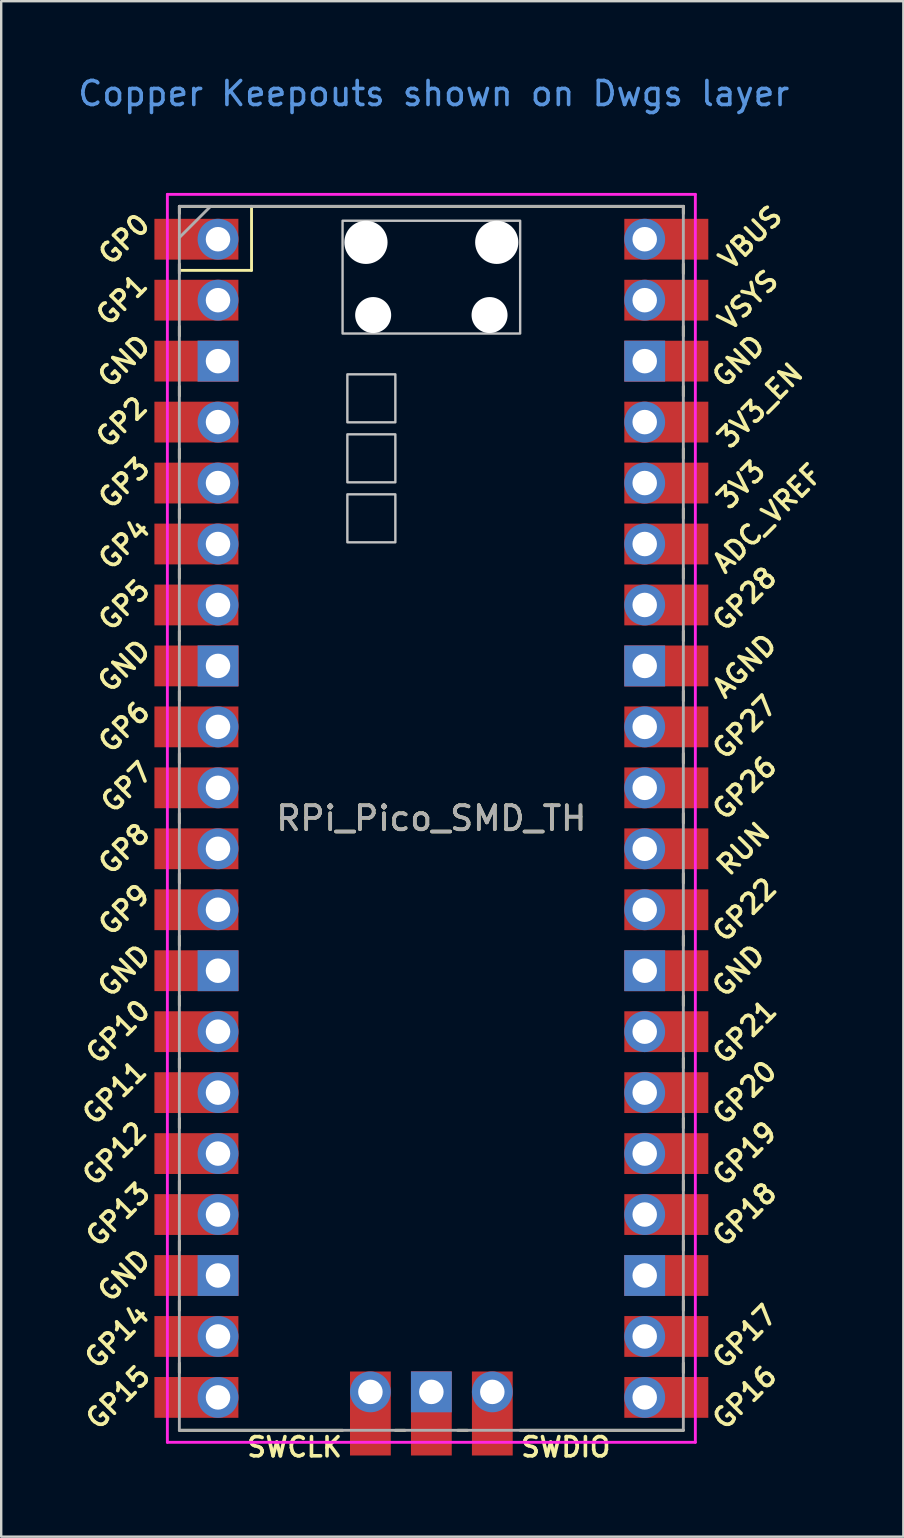
<source format=kicad_pcb>
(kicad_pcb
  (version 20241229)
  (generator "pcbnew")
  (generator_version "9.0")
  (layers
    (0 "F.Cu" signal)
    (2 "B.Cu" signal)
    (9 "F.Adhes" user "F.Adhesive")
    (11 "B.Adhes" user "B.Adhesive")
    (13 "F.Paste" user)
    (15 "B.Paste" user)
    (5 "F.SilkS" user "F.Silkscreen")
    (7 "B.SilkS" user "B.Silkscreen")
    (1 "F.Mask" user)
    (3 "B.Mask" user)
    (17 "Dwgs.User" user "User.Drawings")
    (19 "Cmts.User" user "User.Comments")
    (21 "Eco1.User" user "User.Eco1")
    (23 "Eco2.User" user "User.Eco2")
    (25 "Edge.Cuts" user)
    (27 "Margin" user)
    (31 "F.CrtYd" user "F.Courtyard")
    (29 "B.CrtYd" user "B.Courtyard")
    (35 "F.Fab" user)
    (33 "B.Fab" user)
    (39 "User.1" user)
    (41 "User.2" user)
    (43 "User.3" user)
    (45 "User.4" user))
  (footprint "RPi_Pico_SMD_TH"
    (layer "F.Cu")
    (at 14.924 31.048)
    (property "Reference" "RPi_Pico_SMD_TH" (at 0 0 0) (layer "F.SilkS") (effects (font (size 1 1) (thickness 0.15))))
    (attr through_hole)
    (fp_line (start -10.5 -25.5) (end -10.5 -25.2) (stroke (width 0.12) (type solid)) (layer "F.SilkS"))
    (fp_line (start -10.5 -25.5) (end 10.5 -25.5) (stroke (width 0.12) (type solid)) (layer "F.SilkS"))
    (fp_line (start -10.5 -23.1) (end -10.5 -22.7) (stroke (width 0.12) (type solid)) (layer "F.SilkS"))
    (fp_line (start -10.5 -22.833) (end -7.493 -22.833) (stroke (width 0.12) (type solid)) (layer "F.SilkS"))
    (fp_line (start -10.5 -20.5) (end -10.5 -20.1) (stroke (width 0.12) (type solid)) (layer "F.SilkS"))
    (fp_line (start -10.5 -18) (end -10.5 -17.6) (stroke (width 0.12) (type solid)) (layer "F.SilkS"))
    (fp_line (start -10.5 -15.4) (end -10.5 -15) (stroke (width 0.12) (type solid)) (layer "F.SilkS"))
    (fp_line (start -10.5 -12.9) (end -10.5 -12.5) (stroke (width 0.12) (type solid)) (layer "F.SilkS"))
    (fp_line (start -10.5 -10.4) (end -10.5 -10) (stroke (width 0.12) (type solid)) (layer "F.SilkS"))
    (fp_line (start -10.5 -7.8) (end -10.5 -7.4) (stroke (width 0.12) (type solid)) (layer "F.SilkS"))
    (fp_line (start -10.5 -5.3) (end -10.5 -4.9) (stroke (width 0.12) (type solid)) (layer "F.SilkS"))
    (fp_line (start -10.5 -2.7) (end -10.5 -2.3) (stroke (width 0.12) (type solid)) (layer "F.SilkS"))
    (fp_line (start -10.5 -0.2) (end -10.5 0.2) (stroke (width 0.12) (type solid)) (layer "F.SilkS"))
    (fp_line (start -10.5 2.3) (end -10.5 2.7) (stroke (width 0.12) (type solid)) (layer "F.SilkS"))
    (fp_line (start -10.5 4.9) (end -10.5 5.3) (stroke (width 0.12) (type solid)) (layer "F.SilkS"))
    (fp_line (start -10.5 7.4) (end -10.5 7.8) (stroke (width 0.12) (type solid)) (layer "F.SilkS"))
    (fp_line (start -10.5 10) (end -10.5 10.4) (stroke (width 0.12) (type solid)) (layer "F.SilkS"))
    (fp_line (start -10.5 12.5) (end -10.5 12.9) (stroke (width 0.12) (type solid)) (layer "F.SilkS"))
    (fp_line (start -10.5 15.1) (end -10.5 15.5) (stroke (width 0.12) (type solid)) (layer "F.SilkS"))
    (fp_line (start -10.5 17.6) (end -10.5 18) (stroke (width 0.12) (type solid)) (layer "F.SilkS"))
    (fp_line (start -10.5 20.1) (end -10.5 20.5) (stroke (width 0.12) (type solid)) (layer "F.SilkS"))
    (fp_line (start -10.5 22.7) (end -10.5 23.1) (stroke (width 0.12) (type solid)) (layer "F.SilkS"))
    (fp_line (start -7.493 -22.833) (end -7.493 -25.5) (stroke (width 0.12) (type solid)) (layer "F.SilkS"))
    (fp_line (start -3.7 25.5) (end -10.5 25.5) (stroke (width 0.12) (type solid)) (layer "F.SilkS"))
    (fp_line (start -1.5 25.5) (end -1.1 25.5) (stroke (width 0.12) (type solid)) (layer "F.SilkS"))
    (fp_line (start 1.1 25.5) (end 1.5 25.5) (stroke (width 0.12) (type solid)) (layer "F.SilkS"))
    (fp_line (start 10.5 -25.5) (end 10.5 -25.2) (stroke (width 0.12) (type solid)) (layer "F.SilkS"))
    (fp_line (start 10.5 -23.1) (end 10.5 -22.7) (stroke (width 0.12) (type solid)) (layer "F.SilkS"))
    (fp_line (start 10.5 -20.5) (end 10.5 -20.1) (stroke (width 0.12) (type solid)) (layer "F.SilkS"))
    (fp_line (start 10.5 -18) (end 10.5 -17.6) (stroke (width 0.12) (type solid)) (layer "F.SilkS"))
    (fp_line (start 10.5 -15.4) (end 10.5 -15) (stroke (width 0.12) (type solid)) (layer "F.SilkS"))
    (fp_line (start 10.5 -12.9) (end 10.5 -12.5) (stroke (width 0.12) (type solid)) (layer "F.SilkS"))
    (fp_line (start 10.5 -10.4) (end 10.5 -10) (stroke (width 0.12) (type solid)) (layer "F.SilkS"))
    (fp_line (start 10.5 -7.8) (end 10.5 -7.4) (stroke (width 0.12) (type solid)) (layer "F.SilkS"))
    (fp_line (start 10.5 -5.3) (end 10.5 -4.9) (stroke (width 0.12) (type solid)) (layer "F.SilkS"))
    (fp_line (start 10.5 -2.7) (end 10.5 -2.3) (stroke (width 0.12) (type solid)) (layer "F.SilkS"))
    (fp_line (start 10.5 -0.2) (end 10.5 0.2) (stroke (width 0.12) (type solid)) (layer "F.SilkS"))
    (fp_line (start 10.5 2.3) (end 10.5 2.7) (stroke (width 0.12) (type solid)) (layer "F.SilkS"))
    (fp_line (start 10.5 4.9) (end 10.5 5.3) (stroke (width 0.12) (type solid)) (layer "F.SilkS"))
    (fp_line (start 10.5 7.4) (end 10.5 7.8) (stroke (width 0.12) (type solid)) (layer "F.SilkS"))
    (fp_line (start 10.5 10) (end 10.5 10.4) (stroke (width 0.12) (type solid)) (layer "F.SilkS"))
    (fp_line (start 10.5 12.5) (end 10.5 12.9) (stroke (width 0.12) (type solid)) (layer "F.SilkS"))
    (fp_line (start 10.5 15.1) (end 10.5 15.5) (stroke (width 0.12) (type solid)) (layer "F.SilkS"))
    (fp_line (start 10.5 17.6) (end 10.5 18) (stroke (width 0.12) (type solid)) (layer "F.SilkS"))
    (fp_line (start 10.5 20.1) (end 10.5 20.5) (stroke (width 0.12) (type solid)) (layer "F.SilkS"))
    (fp_line (start 10.5 22.7) (end 10.5 23.1) (stroke (width 0.12) (type solid)) (layer "F.SilkS"))
    (fp_line (start 10.5 25.5) (end 3.7 25.5) (stroke (width 0.12) (type solid)) (layer "F.SilkS"))
    (fp_poly (pts (xy -1.5 -16.5) (xy -3.5 -16.5) (xy -3.5 -18.5) (xy -1.5 -18.5)) (stroke (width 0.1) (type solid)) (fill no) (layer "Dwgs.User"))
    (fp_poly (pts (xy -1.5 -14) (xy -3.5 -14) (xy -3.5 -16) (xy -1.5 -16)) (stroke (width 0.1) (type solid)) (fill no) (layer "Dwgs.User"))
    (fp_poly (pts (xy -1.5 -11.5) (xy -3.5 -11.5) (xy -3.5 -13.5) (xy -1.5 -13.5)) (stroke (width 0.1) (type solid)) (fill no) (layer "Dwgs.User"))
    (fp_poly (pts (xy 3.7 -20.2) (xy -3.7 -20.2) (xy -3.7 -24.9) (xy 3.7 -24.9)) (stroke (width 0.1) (type solid)) (fill no) (layer "Dwgs.User"))
    (fp_line (start -11 -26) (end 11 -26) (stroke (width 0.12) (type solid)) (layer "F.CrtYd"))
    (fp_line (start -11 26) (end -11 -26) (stroke (width 0.12) (type solid)) (layer "F.CrtYd"))
    (fp_line (start 11 -26) (end 11 26) (stroke (width 0.12) (type solid)) (layer "F.CrtYd"))
    (fp_line (start 11 26) (end -11 26) (stroke (width 0.12) (type solid)) (layer "F.CrtYd"))
    (fp_line (start -10.5 -25.5) (end 10.5 -25.5) (stroke (width 0.12) (type solid)) (layer "F.Fab"))
    (fp_line (start -10.5 -24.2) (end -9.2 -25.5) (stroke (width 0.12) (type solid)) (layer "F.Fab"))
    (fp_line (start -10.5 25.5) (end -10.5 -25.5) (stroke (width 0.12) (type solid)) (layer "F.Fab"))
    (fp_line (start 10.5 -25.5) (end 10.5 25.5) (stroke (width 0.12) (type solid)) (layer "F.Fab"))
    (fp_line (start 10.5 25.5) (end -10.5 25.5) (stroke (width 0.12) (type solid)) (layer "F.Fab"))
    (fp_text user "GND" (at -12.8 19.05 45) (layer "F.SilkS") (effects (font (size 0.8 0.8) (thickness 0.15))))
    (fp_text user "GND" (at 12.8 -19.05 45) (layer "F.SilkS") (effects (font (size 0.8 0.8) (thickness 0.15))))
    (fp_text user "RUN" (at 13 1.27 45) (layer "F.SilkS") (effects (font (size 0.8 0.8) (thickness 0.15))))
    (fp_text user "GP3" (at -12.8 -13.97 45) (layer "F.SilkS") (effects (font (size 0.8 0.8) (thickness 0.15))))
    (fp_text user "GP19" (at 13.054 13.97 45) (layer "F.SilkS") (effects (font (size 0.8 0.8) (thickness 0.15))))
    (fp_text user "GND" (at -12.8 -6.35 45) (layer "F.SilkS") (effects (font (size 0.8 0.8) (thickness 0.15))))
    (fp_text user "GP9" (at -12.8 3.81 45) (layer "F.SilkS") (effects (font (size 0.8 0.8) (thickness 0.15))))
    (fp_text user "ADC_VREF" (at 14 -12.5 45) (layer "F.SilkS") (effects (font (size 0.8 0.8) (thickness 0.15))))
    (fp_text user "SWDIO" (at 5.6 26.2 0) (layer "F.SilkS") (effects (font (size 0.8 0.8) (thickness 0.15))))
    (fp_text user "GP26" (at 13.054 -1.27 45) (layer "F.SilkS") (effects (font (size 0.8 0.8) (thickness 0.15))))
    (fp_text user "AGND" (at 13.054 -6.35 45) (layer "F.SilkS") (effects (font (size 0.8 0.8) (thickness 0.15))))
    (fp_text user "GP11" (at -13.2 11.43 45) (layer "F.SilkS") (effects (font (size 0.8 0.8) (thickness 0.15))))
    (fp_text user "GP15" (at -13.054 24.13 45) (layer "F.SilkS") (effects (font (size 0.8 0.8) (thickness 0.15))))
    (fp_text user "SWCLK" (at -5.7 26.2 0) (layer "F.SilkS") (effects (font (size 0.8 0.8) (thickness 0.15))))
    (fp_text user "GP21" (at 13.054 8.9 45) (layer "F.SilkS") (effects (font (size 0.8 0.8) (thickness 0.15))))
    (fp_text user "GP10" (at -13.054 8.89 45) (layer "F.SilkS") (effects (font (size 0.8 0.8) (thickness 0.15))))
    (fp_text user "GP5" (at -12.8 -8.89 45) (layer "F.SilkS") (effects (font (size 0.8 0.8) (thickness 0.15))))
    (fp_text user "GP22" (at 13.054 3.81 45) (layer "F.SilkS") (effects (font (size 0.8 0.8) (thickness 0.15))))
    (fp_text user "VSYS" (at 13.2 -21.59 45) (layer "F.SilkS") (effects (font (size 0.8 0.8) (thickness 0.15))))
    (fp_text user "GP28" (at 13.054 -9.144 45) (layer "F.SilkS") (effects (font (size 0.8 0.8) (thickness 0.15))))
    (fp_text user "GP17" (at 13.054 21.59 45) (layer "F.SilkS") (effects (font (size 0.8 0.8) (thickness 0.15))))
    (fp_text user "GP18" (at 13.054 16.51 45) (layer "F.SilkS") (effects (font (size 0.8 0.8) (thickness 0.15))))
    (fp_text user "GP4" (at -12.8 -11.43 45) (layer "F.SilkS") (effects (font (size 0.8 0.8) (thickness 0.15))))
    (fp_text user "GND" (at -12.8 6.35 45) (layer "F.SilkS") (effects (font (size 0.8 0.8) (thickness 0.15))))
    (fp_text user "VBUS" (at 13.3 -24.2 45) (layer "F.SilkS") (effects (font (size 0.8 0.8) (thickness 0.15))))
    (fp_text user "3V3" (at 12.9 -13.9 45) (layer "F.SilkS") (effects (font (size 0.8 0.8) (thickness 0.15))))
    (fp_text user "GND" (at -12.8 -19.05 45) (layer "F.SilkS") (effects (font (size 0.8 0.8) (thickness 0.15))))
    (fp_text user "GP16" (at 13.054 24.13 45) (layer "F.SilkS") (effects (font (size 0.8 0.8) (thickness 0.15))))
    (fp_text user "GP0" (at -12.8 -24.13 45) (layer "F.SilkS") (effects (font (size 0.8 0.8) (thickness 0.15))))
    (fp_text user "3V3_EN" (at 13.7 -17.2 45) (layer "F.SilkS") (effects (font (size 0.8 0.8) (thickness 0.15))))
    (fp_text user "GP8" (at -12.8 1.27 45) (layer "F.SilkS") (effects (font (size 0.8 0.8) (thickness 0.15))))
    (fp_text user "GP20" (at 13.054 11.43 45) (layer "F.SilkS") (effects (font (size 0.8 0.8) (thickness 0.15))))
    (fp_text user "GP7" (at -12.7 -1.3 45) (layer "F.SilkS") (effects (font (size 0.8 0.8) (thickness 0.15))))
    (fp_text user "GP13" (at -13.054 16.51 45) (layer "F.SilkS") (effects (font (size 0.8 0.8) (thickness 0.15))))
    (fp_text user "GP14" (at -13.1 21.59 45) (layer "F.SilkS") (effects (font (size 0.8 0.8) (thickness 0.15))))
    (fp_text user "GP12" (at -13.2 13.97 45) (layer "F.SilkS") (effects (font (size 0.8 0.8) (thickness 0.15))))
    (fp_text user "GP1" (at -12.9 -21.6 45) (layer "F.SilkS") (effects (font (size 0.8 0.8) (thickness 0.15))))
    (fp_text user "GP2" (at -12.9 -16.51 45) (layer "F.SilkS") (effects (font (size 0.8 0.8) (thickness 0.15))))
    (fp_text user "GND" (at 12.8 6.35 45) (layer "F.SilkS") (effects (font (size 0.8 0.8) (thickness 0.15))))
    (fp_text user "GP27" (at 13.054 -3.8 45) (layer "F.SilkS") (effects (font (size 0.8 0.8) (thickness 0.15))))
    (fp_text user "GP6" (at -12.8 -3.81 45) (layer "F.SilkS") (effects (font (size 0.8 0.8) (thickness 0.15))))
    (fp_text user "Copper Keepouts shown on Dwgs layer" (at 0.1 -30.2 0) (layer "Cmts.User") (effects (font (size 1 1) (thickness 0.15))))
    (fp_text user "${REFERENCE}" (at 0 0 180) (layer "F.Fab") (effects (font (size 1 1) (thickness 0.15))))
    (pad "" np_thru_hole oval (at -2.725 -24) (size 1.8 1.8) (drill 1.8) (layers "*.Cu" "*.Mask"))
    (pad "" np_thru_hole oval (at -2.425 -20.97) (size 1.5 1.5) (drill 1.5) (layers "*.Cu" "*.Mask"))
    (pad "" np_thru_hole oval (at 2.425 -20.97) (size 1.5 1.5) (drill 1.5) (layers "*.Cu" "*.Mask"))
    (pad "" np_thru_hole oval (at 2.725 -24) (size 1.8 1.8) (drill 1.8) (layers "*.Cu" "*.Mask"))
    (pad "1" thru_hole oval (at -8.89 -24.13) (size 1.7 1.7) (drill 1.02) (layers "*.Cu" "*.Mask"))
    (pad "1" smd rect (at -8.89 -24.13) (size 3.5 1.7) (drill (offset -0.9 0)) (layers "F.Cu" "F.Mask"))
    (pad "2" thru_hole oval (at -8.89 -21.59) (size 1.7 1.7) (drill 1.02) (layers "*.Cu" "*.Mask"))
    (pad "2" smd rect (at -8.89 -21.59) (size 3.5 1.7) (drill (offset -0.9 0)) (layers "F.Cu" "F.Mask"))
    (pad "3" thru_hole rect (at -8.89 -19.05) (size 1.7 1.7) (drill 1.02) (layers "*.Cu" "*.Mask"))
    (pad "3" smd rect (at -8.89 -19.05) (size 3.5 1.7) (drill (offset -0.9 0)) (layers "F.Cu" "F.Mask"))
    (pad "4" thru_hole oval (at -8.89 -16.51) (size 1.7 1.7) (drill 1.02) (layers "*.Cu" "*.Mask"))
    (pad "4" smd rect (at -8.89 -16.51) (size 3.5 1.7) (drill (offset -0.9 0)) (layers "F.Cu" "F.Mask"))
    (pad "5" thru_hole oval (at -8.89 -13.97) (size 1.7 1.7) (drill 1.02) (layers "*.Cu" "*.Mask"))
    (pad "5" smd rect (at -8.89 -13.97) (size 3.5 1.7) (drill (offset -0.9 0)) (layers "F.Cu" "F.Mask"))
    (pad "6" thru_hole oval (at -8.89 -11.43) (size 1.7 1.7) (drill 1.02) (layers "*.Cu" "*.Mask"))
    (pad "6" smd rect (at -8.89 -11.43) (size 3.5 1.7) (drill (offset -0.9 0)) (layers "F.Cu" "F.Mask"))
    (pad "7" thru_hole oval (at -8.89 -8.89) (size 1.7 1.7) (drill 1.02) (layers "*.Cu" "*.Mask"))
    (pad "7" smd rect (at -8.89 -8.89) (size 3.5 1.7) (drill (offset -0.9 0)) (layers "F.Cu" "F.Mask"))
    (pad "8" thru_hole rect (at -8.89 -6.35) (size 1.7 1.7) (drill 1.02) (layers "*.Cu" "*.Mask"))
    (pad "8" smd rect (at -8.89 -6.35) (size 3.5 1.7) (drill (offset -0.9 0)) (layers "F.Cu" "F.Mask"))
    (pad "9" thru_hole oval (at -8.89 -3.81) (size 1.7 1.7) (drill 1.02) (layers "*.Cu" "*.Mask"))
    (pad "9" smd rect (at -8.89 -3.81) (size 3.5 1.7) (drill (offset -0.9 0)) (layers "F.Cu" "F.Mask"))
    (pad "10" thru_hole oval (at -8.89 -1.27) (size 1.7 1.7) (drill 1.02) (layers "*.Cu" "*.Mask"))
    (pad "10" smd rect (at -8.89 -1.27) (size 3.5 1.7) (drill (offset -0.9 0)) (layers "F.Cu" "F.Mask"))
    (pad "11" thru_hole oval (at -8.89 1.27) (size 1.7 1.7) (drill 1.02) (layers "*.Cu" "*.Mask"))
    (pad "11" smd rect (at -8.89 1.27) (size 3.5 1.7) (drill (offset -0.9 0)) (layers "F.Cu" "F.Mask"))
    (pad "12" thru_hole oval (at -8.89 3.81) (size 1.7 1.7) (drill 1.02) (layers "*.Cu" "*.Mask"))
    (pad "12" smd rect (at -8.89 3.81) (size 3.5 1.7) (drill (offset -0.9 0)) (layers "F.Cu" "F.Mask"))
    (pad "13" thru_hole rect (at -8.89 6.35) (size 1.7 1.7) (drill 1.02) (layers "*.Cu" "*.Mask"))
    (pad "13" smd rect (at -8.89 6.35) (size 3.5 1.7) (drill (offset -0.9 0)) (layers "F.Cu" "F.Mask"))
    (pad "14" thru_hole oval (at -8.89 8.89) (size 1.7 1.7) (drill 1.02) (layers "*.Cu" "*.Mask"))
    (pad "14" smd rect (at -8.89 8.89) (size 3.5 1.7) (drill (offset -0.9 0)) (layers "F.Cu" "F.Mask"))
    (pad "15" thru_hole oval (at -8.89 11.43) (size 1.7 1.7) (drill 1.02) (layers "*.Cu" "*.Mask"))
    (pad "15" smd rect (at -8.89 11.43) (size 3.5 1.7) (drill (offset -0.9 0)) (layers "F.Cu" "F.Mask"))
    (pad "16" thru_hole oval (at -8.89 13.97) (size 1.7 1.7) (drill 1.02) (layers "*.Cu" "*.Mask"))
    (pad "16" smd rect (at -8.89 13.97) (size 3.5 1.7) (drill (offset -0.9 0)) (layers "F.Cu" "F.Mask"))
    (pad "17" thru_hole oval (at -8.89 16.51) (size 1.7 1.7) (drill 1.02) (layers "*.Cu" "*.Mask"))
    (pad "17" smd rect (at -8.89 16.51) (size 3.5 1.7) (drill (offset -0.9 0)) (layers "F.Cu" "F.Mask"))
    (pad "18" thru_hole rect (at -8.89 19.05) (size 1.7 1.7) (drill 1.02) (layers "*.Cu" "*.Mask"))
    (pad "18" smd rect (at -8.89 19.05) (size 3.5 1.7) (drill (offset -0.9 0)) (layers "F.Cu" "F.Mask"))
    (pad "19" thru_hole oval (at -8.89 21.59) (size 1.7 1.7) (drill 1.02) (layers "*.Cu" "*.Mask"))
    (pad "19" smd rect (at -8.89 21.59) (size 3.5 1.7) (drill (offset -0.9 0)) (layers "F.Cu" "F.Mask"))
    (pad "20" thru_hole oval (at -8.89 24.13) (size 1.7 1.7) (drill 1.02) (layers "*.Cu" "*.Mask"))
    (pad "20" smd rect (at -8.89 24.13) (size 3.5 1.7) (drill (offset -0.9 0)) (layers "F.Cu" "F.Mask"))
    (pad "21" thru_hole oval (at 8.89 24.13) (size 1.7 1.7) (drill 1.02) (layers "*.Cu" "*.Mask"))
    (pad "21" smd rect (at 8.89 24.13) (size 3.5 1.7) (drill (offset 0.9 0)) (layers "F.Cu" "F.Mask"))
    (pad "22" thru_hole oval (at 8.89 21.59) (size 1.7 1.7) (drill 1.02) (layers "*.Cu" "*.Mask"))
    (pad "22" smd rect (at 8.89 21.59) (size 3.5 1.7) (drill (offset 0.9 0)) (layers "F.Cu" "F.Mask"))
    (pad "23" thru_hole rect (at 8.89 19.05) (size 1.7 1.7) (drill 1.02) (layers "*.Cu" "*.Mask"))
    (pad "23" smd rect (at 8.89 19.05) (size 3.5 1.7) (drill (offset 0.9 0)) (layers "F.Cu" "F.Mask"))
    (pad "24" thru_hole oval (at 8.89 16.51) (size 1.7 1.7) (drill 1.02) (layers "*.Cu" "*.Mask"))
    (pad "24" smd rect (at 8.89 16.51) (size 3.5 1.7) (drill (offset 0.9 0)) (layers "F.Cu" "F.Mask"))
    (pad "25" thru_hole oval (at 8.89 13.97) (size 1.7 1.7) (drill 1.02) (layers "*.Cu" "*.Mask"))
    (pad "25" smd rect (at 8.89 13.97) (size 3.5 1.7) (drill (offset 0.9 0)) (layers "F.Cu" "F.Mask"))
    (pad "26" thru_hole oval (at 8.89 11.43) (size 1.7 1.7) (drill 1.02) (layers "*.Cu" "*.Mask"))
    (pad "26" smd rect (at 8.89 11.43) (size 3.5 1.7) (drill (offset 0.9 0)) (layers "F.Cu" "F.Mask"))
    (pad "27" thru_hole oval (at 8.89 8.89) (size 1.7 1.7) (drill 1.02) (layers "*.Cu" "*.Mask"))
    (pad "27" smd rect (at 8.89 8.89) (size 3.5 1.7) (drill (offset 0.9 0)) (layers "F.Cu" "F.Mask"))
    (pad "28" thru_hole rect (at 8.89 6.35) (size 1.7 1.7) (drill 1.02) (layers "*.Cu" "*.Mask"))
    (pad "28" smd rect (at 8.89 6.35) (size 3.5 1.7) (drill (offset 0.9 0)) (layers "F.Cu" "F.Mask"))
    (pad "29" thru_hole oval (at 8.89 3.81) (size 1.7 1.7) (drill 1.02) (layers "*.Cu" "*.Mask"))
    (pad "29" smd rect (at 8.89 3.81) (size 3.5 1.7) (drill (offset 0.9 0)) (layers "F.Cu" "F.Mask"))
    (pad "30" thru_hole oval (at 8.89 1.27) (size 1.7 1.7) (drill 1.02) (layers "*.Cu" "*.Mask"))
    (pad "30" smd rect (at 8.89 1.27) (size 3.5 1.7) (drill (offset 0.9 0)) (layers "F.Cu" "F.Mask"))
    (pad "31" thru_hole oval (at 8.89 -1.27) (size 1.7 1.7) (drill 1.02) (layers "*.Cu" "*.Mask"))
    (pad "31" smd rect (at 8.89 -1.27) (size 3.5 1.7) (drill (offset 0.9 0)) (layers "F.Cu" "F.Mask"))
    (pad "32" thru_hole oval (at 8.89 -3.81) (size 1.7 1.7) (drill 1.02) (layers "*.Cu" "*.Mask"))
    (pad "32" smd rect (at 8.89 -3.81) (size 3.5 1.7) (drill (offset 0.9 0)) (layers "F.Cu" "F.Mask"))
    (pad "33" thru_hole rect (at 8.89 -6.35) (size 1.7 1.7) (drill 1.02) (layers "*.Cu" "*.Mask"))
    (pad "33" smd rect (at 8.89 -6.35) (size 3.5 1.7) (drill (offset 0.9 0)) (layers "F.Cu" "F.Mask"))
    (pad "34" thru_hole oval (at 8.89 -8.89) (size 1.7 1.7) (drill 1.02) (layers "*.Cu" "*.Mask"))
    (pad "34" smd rect (at 8.89 -8.89) (size 3.5 1.7) (drill (offset 0.9 0)) (layers "F.Cu" "F.Mask"))
    (pad "35" thru_hole oval (at 8.89 -11.43) (size 1.7 1.7) (drill 1.02) (layers "*.Cu" "*.Mask"))
    (pad "35" smd rect (at 8.89 -11.43) (size 3.5 1.7) (drill (offset 0.9 0)) (layers "F.Cu" "F.Mask"))
    (pad "36" thru_hole oval (at 8.89 -13.97) (size 1.7 1.7) (drill 1.02) (layers "*.Cu" "*.Mask"))
    (pad "36" smd rect (at 8.89 -13.97) (size 3.5 1.7) (drill (offset 0.9 0)) (layers "F.Cu" "F.Mask"))
    (pad "37" thru_hole oval (at 8.89 -16.51) (size 1.7 1.7) (drill 1.02) (layers "*.Cu" "*.Mask"))
    (pad "37" smd rect (at 8.89 -16.51) (size 3.5 1.7) (drill (offset 0.9 0)) (layers "F.Cu" "F.Mask"))
    (pad "38" thru_hole rect (at 8.89 -19.05) (size 1.7 1.7) (drill 1.02) (layers "*.Cu" "*.Mask"))
    (pad "38" smd rect (at 8.89 -19.05) (size 3.5 1.7) (drill (offset 0.9 0)) (layers "F.Cu" "F.Mask"))
    (pad "39" thru_hole oval (at 8.89 -21.59) (size 1.7 1.7) (drill 1.02) (layers "*.Cu" "*.Mask"))
    (pad "39" smd rect (at 8.89 -21.59) (size 3.5 1.7) (drill (offset 0.9 0)) (layers "F.Cu" "F.Mask"))
    (pad "40" thru_hole oval (at 8.89 -24.13) (size 1.7 1.7) (drill 1.02) (layers "*.Cu" "*.Mask"))
    (pad "40" smd rect (at 8.89 -24.13) (size 3.5 1.7) (drill (offset 0.9 0)) (layers "F.Cu" "F.Mask"))
    (pad "41" thru_hole oval (at -2.54 23.9) (size 1.7 1.7) (drill 1.02) (layers "*.Cu" "*.Mask"))
    (pad "41" smd rect (at -2.54 23.9 90) (size 3.5 1.7) (drill (offset -0.9 0)) (layers "F.Cu" "F.Mask"))
    (pad "42" thru_hole rect (at 0 23.9) (size 1.7 1.7) (drill 1.02) (layers "*.Cu" "*.Mask"))
    (pad "42" smd rect (at 0 23.9 90) (size 3.5 1.7) (drill (offset -0.9 0)) (layers "F.Cu" "F.Mask"))
    (pad "43" thru_hole oval (at 2.54 23.9) (size 1.7 1.7) (drill 1.02) (layers "*.Cu" "*.Mask"))
    (pad "43" smd rect (at 2.54 23.9 90) (size 3.5 1.7) (drill (offset -0.9 0)) (layers "F.Cu" "F.Mask")))
  (gr_rect
    (start -3 -3)
    (end 34.591 60.98)
    (stroke (width 0.1) (type default))
    (fill no)
    (layer "Edge.Cuts")))
</source>
